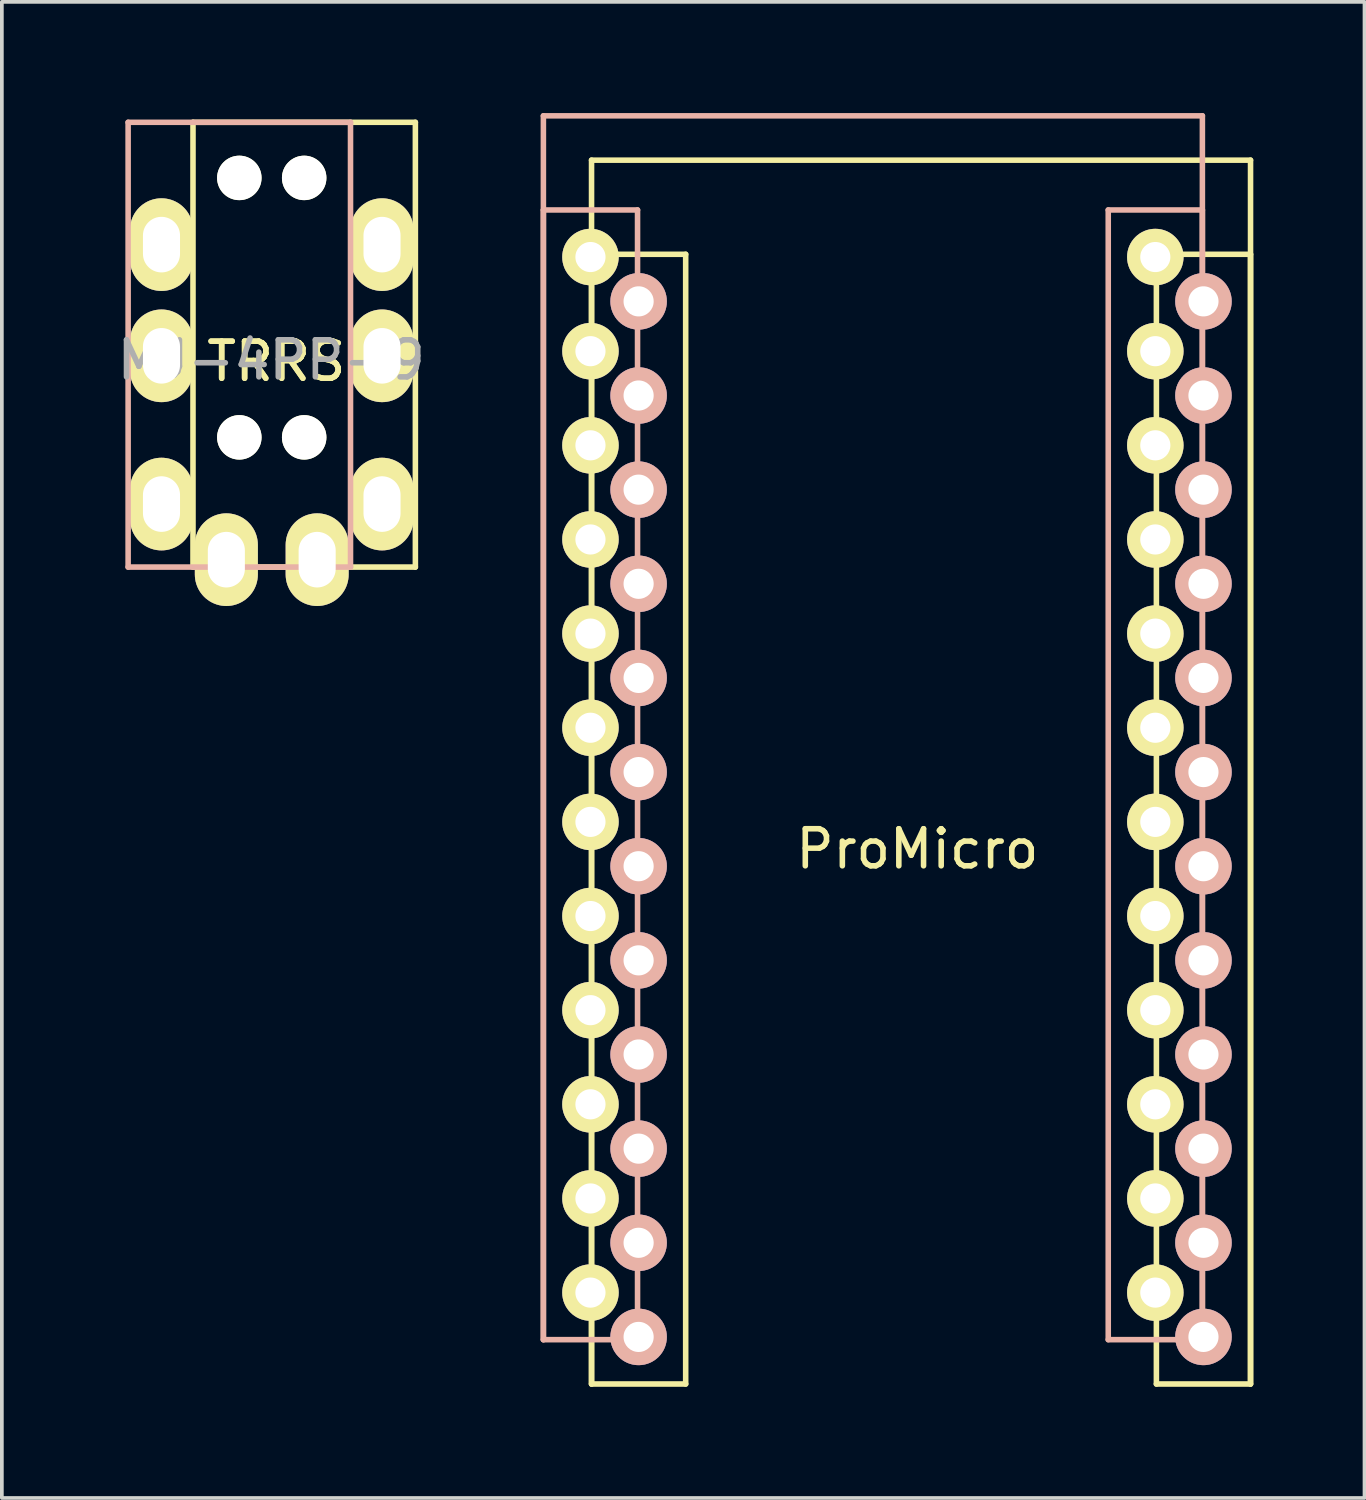
<source format=kicad_pcb>
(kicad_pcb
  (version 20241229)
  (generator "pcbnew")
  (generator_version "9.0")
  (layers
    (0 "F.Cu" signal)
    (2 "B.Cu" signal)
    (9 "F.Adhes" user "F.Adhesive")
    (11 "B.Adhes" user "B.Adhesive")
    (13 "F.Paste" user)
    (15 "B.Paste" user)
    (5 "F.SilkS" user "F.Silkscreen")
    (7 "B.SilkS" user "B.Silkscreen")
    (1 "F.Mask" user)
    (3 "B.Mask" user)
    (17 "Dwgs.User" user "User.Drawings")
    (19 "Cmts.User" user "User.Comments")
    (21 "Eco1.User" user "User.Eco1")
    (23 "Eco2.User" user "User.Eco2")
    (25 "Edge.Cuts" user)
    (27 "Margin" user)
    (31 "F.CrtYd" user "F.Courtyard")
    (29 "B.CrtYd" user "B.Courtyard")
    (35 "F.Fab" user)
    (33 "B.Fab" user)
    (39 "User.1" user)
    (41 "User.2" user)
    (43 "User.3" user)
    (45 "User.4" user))
  (footprint "MJ-4PP-9"
    (layer "F.Cu")
    (at 5.157 0.25)
    (property "Reference" "MJ-4PP-9" (at -0.889 6.413 0) (layer "F.Fab") (effects (font (size 1 1) (thickness 0.15))))
    (attr through_hole)
    (fp_line (start -3 0) (end 3 0) (stroke (width 0.15) (type solid)) (layer "F.SilkS"))
    (fp_line (start -3 12) (end -3 0) (stroke (width 0.15) (type solid)) (layer "F.SilkS"))
    (fp_line (start 3 0) (end 3 12) (stroke (width 0.15) (type solid)) (layer "F.SilkS"))
    (fp_line (start 3 12) (end -3 12) (stroke (width 0.15) (type solid)) (layer "F.SilkS"))
    (fp_line (start -4.75 0) (end 1.25 0) (stroke (width 0.15) (type solid)) (layer "B.SilkS"))
    (fp_line (start -4.75 12) (end -4.75 0) (stroke (width 0.15) (type solid)) (layer "B.SilkS"))
    (fp_line (start 1.25 0) (end 1.25 12) (stroke (width 0.15) (type solid)) (layer "B.SilkS"))
    (fp_line (start 1.25 12) (end -4.75 12) (stroke (width 0.15) (type solid)) (layer "B.SilkS"))
    (fp_text user "TRRS" (at -0.75 6.45 0) (layer "F.SilkS") (effects (font (size 1 1) (thickness 0.15))))
    (fp_text user "TRRS" (at -0.75 6.45 0) (layer "F.SilkS") (effects (font (size 1 1) (thickness 0.15))))
    (pad "" np_thru_hole circle (at -1.75 1.5) (size 1.2 1.2) (drill 1.2) (layers "*.Cu" "*.Mask" "F.SilkS"))
    (pad "" np_thru_hole circle (at -1.75 8.5) (size 1.2 1.2) (drill 1.2) (layers "*.Cu" "*.Mask" "F.SilkS"))
    (pad "" np_thru_hole circle (at 0 1.5) (size 1.2 1.2) (drill 1.2) (layers "*.Cu" "*.Mask" "F.SilkS"))
    (pad "" np_thru_hole circle (at 0 8.5) (size 1.2 1.2) (drill 1.2) (layers "*.Cu" "*.Mask" "F.SilkS"))
    (pad "1" thru_hole oval (at -3.85 10.3) (size 1.7 2.5) (drill oval 1 1.5) (layers "*.Cu" "*.Mask" "F.SilkS"))
    (pad "1" thru_hole oval (at 2.1 10.3) (size 1.7 2.5) (drill oval 1 1.5) (layers "*.Cu" "*.Mask" "F.SilkS"))
    (pad "2" thru_hole oval (at -3.85 6.3) (size 1.7 2.5) (drill oval 1 1.5) (layers "*.Cu" "*.Mask" "F.SilkS"))
    (pad "2" thru_hole oval (at 2.1 6.3) (size 1.7 2.5) (drill oval 1 1.5) (layers "*.Cu" "*.Mask" "F.SilkS"))
    (pad "3" thru_hole oval (at -3.85 3.3) (size 1.7 2.5) (drill oval 1 1.5) (layers "*.Cu" "*.Mask" "F.SilkS"))
    (pad "3" thru_hole oval (at 2.1 3.3) (size 1.7 2.5) (drill oval 1 1.5) (layers "*.Cu" "*.Mask" "F.SilkS"))
    (pad "4" thru_hole oval (at -2.1 11.8) (size 1.7 2.5) (drill oval 1 1.5) (layers "*.Cu" "*.Mask" "F.SilkS"))
    (pad "4" thru_hole oval (at 0.35 11.8) (size 1.7 2.5) (drill oval 1 1.5) (layers "*.Cu" "*.Mask" "F.SilkS")))
  (footprint "ProMicro"
    (layer "F.Cu")
    (at 21.701 18.655)
    (property "Reference" "ProMicro" (at 0 1.2 0) (layer "F.SilkS") (effects (font (size 1 1) (thickness 0.15))))
    (attr through_hole)
    (fp_line (start -8.791 -17.384) (end -8.791 15.636) (stroke (width 0.15) (type solid)) (layer "F.SilkS"))
    (fp_line (start -8.791 -14.844) (end -8.791 15.636) (stroke (width 0.15) (type solid)) (layer "F.SilkS"))
    (fp_line (start -8.791 15.636) (end -6.251 15.636) (stroke (width 0.15) (type solid)) (layer "F.SilkS"))
    (fp_line (start -6.251 -14.844) (end -8.791 -14.844) (stroke (width 0.15) (type solid)) (layer "F.SilkS"))
    (fp_line (start -6.251 15.636) (end -6.251 -14.844) (stroke (width 0.15) (type solid)) (layer "F.SilkS"))
    (fp_line (start 6.449 -14.844) (end 6.449 15.636) (stroke (width 0.15) (type solid)) (layer "F.SilkS"))
    (fp_line (start 6.449 15.636) (end 8.989 15.636) (stroke (width 0.15) (type solid)) (layer "F.SilkS"))
    (fp_line (start 8.989 -17.384) (end -8.791 -17.384) (stroke (width 0.15) (type solid)) (layer "F.SilkS"))
    (fp_line (start 8.989 -14.844) (end 6.449 -14.844) (stroke (width 0.15) (type solid)) (layer "F.SilkS"))
    (fp_line (start 8.989 15.636) (end 8.989 -17.384) (stroke (width 0.15) (type solid)) (layer "F.SilkS"))
    (fp_line (start 8.989 15.636) (end 8.989 -14.844) (stroke (width 0.15) (type solid)) (layer "F.SilkS"))
    (fp_line (start -10.09 -18.58) (end 7.69 -18.58) (stroke (width 0.15) (type solid)) (layer "B.SilkS"))
    (fp_line (start -10.09 -16.04) (end -7.55 -16.04) (stroke (width 0.15) (type solid)) (layer "B.SilkS"))
    (fp_line (start -10.09 14.44) (end -10.09 -18.58) (stroke (width 0.15) (type solid)) (layer "B.SilkS"))
    (fp_line (start -10.09 14.44) (end -10.09 -16.04) (stroke (width 0.15) (type solid)) (layer "B.SilkS"))
    (fp_line (start -7.55 -16.04) (end -7.55 14.44) (stroke (width 0.15) (type solid)) (layer "B.SilkS"))
    (fp_line (start -7.55 14.44) (end -10.09 14.44) (stroke (width 0.15) (type solid)) (layer "B.SilkS"))
    (fp_line (start 5.15 -16.04) (end 7.69 -16.04) (stroke (width 0.15) (type solid)) (layer "B.SilkS"))
    (fp_line (start 5.15 14.44) (end 5.15 -16.04) (stroke (width 0.15) (type solid)) (layer "B.SilkS"))
    (fp_line (start 7.69 -18.58) (end 7.69 14.44) (stroke (width 0.15) (type solid)) (layer "B.SilkS"))
    (fp_line (start 7.69 -16.04) (end 7.69 14.44) (stroke (width 0.15) (type solid)) (layer "B.SilkS"))
    (fp_line (start 7.69 14.44) (end 5.15 14.44) (stroke (width 0.15) (type solid)) (layer "B.SilkS"))
    (pad "1" thru_hole circle (at -8.82 -14.77) (size 1.524 1.524) (drill 0.813) (layers "*.Cu" "*.Mask" "F.SilkS"))
    (pad "1" thru_hole circle (at 7.719 -13.574 180) (size 1.524 1.524) (drill 0.813) (layers "*.Cu" "*.Mask" "B.SilkS"))
    (pad "2" thru_hole circle (at -8.82 -12.23) (size 1.524 1.524) (drill 0.813) (layers "*.Cu" "*.Mask" "F.SilkS"))
    (pad "2" thru_hole circle (at 7.719 -11.034 180) (size 1.524 1.524) (drill 0.813) (layers "*.Cu" "*.Mask" "B.SilkS"))
    (pad "3" thru_hole circle (at -8.82 -9.69) (size 1.524 1.524) (drill 0.813) (layers "*.Cu" "*.Mask" "F.SilkS"))
    (pad "3" thru_hole circle (at 7.719 -8.494 180) (size 1.524 1.524) (drill 0.813) (layers "*.Cu" "*.Mask" "B.SilkS"))
    (pad "4" thru_hole circle (at -8.82 -7.15) (size 1.524 1.524) (drill 0.813) (layers "*.Cu" "*.Mask" "F.SilkS"))
    (pad "4" thru_hole circle (at 7.719 -5.954 180) (size 1.524 1.524) (drill 0.813) (layers "*.Cu" "*.Mask" "B.SilkS"))
    (pad "5" thru_hole circle (at -8.82 -4.61) (size 1.524 1.524) (drill 0.813) (layers "*.Cu" "*.Mask" "F.SilkS"))
    (pad "5" thru_hole circle (at 7.719 -3.414 180) (size 1.524 1.524) (drill 0.813) (layers "*.Cu" "*.Mask" "B.SilkS"))
    (pad "6" thru_hole circle (at -8.82 -2.07) (size 1.524 1.524) (drill 0.813) (layers "*.Cu" "*.Mask" "F.SilkS"))
    (pad "6" thru_hole circle (at 7.719 -0.874 180) (size 1.524 1.524) (drill 0.813) (layers "*.Cu" "*.Mask" "B.SilkS"))
    (pad "7" thru_hole circle (at -8.82 0.47) (size 1.524 1.524) (drill 0.813) (layers "*.Cu" "*.Mask" "F.SilkS"))
    (pad "7" thru_hole circle (at 7.719 1.666 180) (size 1.524 1.524) (drill 0.813) (layers "*.Cu" "*.Mask" "B.SilkS"))
    (pad "8" thru_hole circle (at -8.82 3.01) (size 1.524 1.524) (drill 0.813) (layers "*.Cu" "*.Mask" "F.SilkS"))
    (pad "8" thru_hole circle (at 7.719 4.206 180) (size 1.524 1.524) (drill 0.813) (layers "*.Cu" "*.Mask" "B.SilkS"))
    (pad "9" thru_hole circle (at -8.82 5.55) (size 1.524 1.524) (drill 0.813) (layers "*.Cu" "*.Mask" "F.SilkS"))
    (pad "9" thru_hole circle (at 7.719 6.746 180) (size 1.524 1.524) (drill 0.813) (layers "*.Cu" "*.Mask" "B.SilkS"))
    (pad "10" thru_hole circle (at -8.82 8.09) (size 1.524 1.524) (drill 0.813) (layers "*.Cu" "*.Mask" "F.SilkS"))
    (pad "10" thru_hole circle (at 7.719 9.286 180) (size 1.524 1.524) (drill 0.813) (layers "*.Cu" "*.Mask" "B.SilkS"))
    (pad "11" thru_hole circle (at -8.82 10.63) (size 1.524 1.524) (drill 0.813) (layers "*.Cu" "*.Mask" "F.SilkS"))
    (pad "11" thru_hole circle (at 7.719 11.826 180) (size 1.524 1.524) (drill 0.813) (layers "*.Cu" "*.Mask" "B.SilkS"))
    (pad "12" thru_hole circle (at -8.82 13.17) (size 1.524 1.524) (drill 0.813) (layers "*.Cu" "*.Mask" "F.SilkS"))
    (pad "12" thru_hole circle (at 7.719 14.366 180) (size 1.524 1.524) (drill 0.813) (layers "*.Cu" "*.Mask" "B.SilkS"))
    (pad "13" thru_hole circle (at -7.521 14.366 180) (size 1.524 1.524) (drill 0.813) (layers "*.Cu" "*.Mask" "B.SilkS"))
    (pad "13" thru_hole circle (at 6.42 13.17) (size 1.524 1.524) (drill 0.813) (layers "*.Cu" "*.Mask" "F.SilkS"))
    (pad "14" thru_hole circle (at -7.521 11.826 180) (size 1.524 1.524) (drill 0.813) (layers "*.Cu" "*.Mask" "B.SilkS"))
    (pad "14" thru_hole circle (at 6.42 10.63) (size 1.524 1.524) (drill 0.813) (layers "*.Cu" "*.Mask" "F.SilkS"))
    (pad "15" thru_hole circle (at -7.521 9.286 180) (size 1.524 1.524) (drill 0.813) (layers "*.Cu" "*.Mask" "B.SilkS"))
    (pad "15" thru_hole circle (at 6.42 8.09) (size 1.524 1.524) (drill 0.813) (layers "*.Cu" "*.Mask" "F.SilkS"))
    (pad "16" thru_hole circle (at -7.521 6.746 180) (size 1.524 1.524) (drill 0.813) (layers "*.Cu" "*.Mask" "B.SilkS"))
    (pad "16" thru_hole circle (at 6.42 5.55) (size 1.524 1.524) (drill 0.813) (layers "*.Cu" "*.Mask" "F.SilkS"))
    (pad "17" thru_hole circle (at -7.521 4.206 180) (size 1.524 1.524) (drill 0.813) (layers "*.Cu" "*.Mask" "B.SilkS"))
    (pad "17" thru_hole circle (at 6.42 3.01) (size 1.524 1.524) (drill 0.813) (layers "*.Cu" "*.Mask" "F.SilkS"))
    (pad "18" thru_hole circle (at -7.521 1.666 180) (size 1.524 1.524) (drill 0.813) (layers "*.Cu" "*.Mask" "B.SilkS"))
    (pad "18" thru_hole circle (at 6.42 0.47) (size 1.524 1.524) (drill 0.813) (layers "*.Cu" "*.Mask" "F.SilkS"))
    (pad "19" thru_hole circle (at -7.521 -0.874 180) (size 1.524 1.524) (drill 0.813) (layers "*.Cu" "*.Mask" "B.SilkS"))
    (pad "19" thru_hole circle (at 6.42 -2.07) (size 1.524 1.524) (drill 0.813) (layers "*.Cu" "*.Mask" "F.SilkS"))
    (pad "20" thru_hole circle (at -7.521 -3.414 180) (size 1.524 1.524) (drill 0.813) (layers "*.Cu" "*.Mask" "B.SilkS"))
    (pad "20" thru_hole circle (at 6.42 -4.61) (size 1.524 1.524) (drill 0.813) (layers "*.Cu" "*.Mask" "F.SilkS"))
    (pad "21" thru_hole circle (at -7.521 -5.954 180) (size 1.524 1.524) (drill 0.813) (layers "*.Cu" "*.Mask" "B.SilkS"))
    (pad "21" thru_hole circle (at 6.42 -7.15) (size 1.524 1.524) (drill 0.813) (layers "*.Cu" "*.Mask" "F.SilkS"))
    (pad "22" thru_hole circle (at -7.521 -8.494 180) (size 1.524 1.524) (drill 0.813) (layers "*.Cu" "*.Mask" "B.SilkS"))
    (pad "22" thru_hole circle (at 6.42 -9.69) (size 1.524 1.524) (drill 0.813) (layers "*.Cu" "*.Mask" "F.SilkS"))
    (pad "23" thru_hole circle (at -7.521 -11.034 180) (size 1.524 1.524) (drill 0.813) (layers "*.Cu" "*.Mask" "B.SilkS"))
    (pad "23" thru_hole circle (at 6.42 -12.23) (size 1.524 1.524) (drill 0.813) (layers "*.Cu" "*.Mask" "F.SilkS"))
    (pad "24" thru_hole circle (at -7.521 -13.574 180) (size 1.524 1.524) (drill 0.813) (layers "*.Cu" "*.Mask" "B.SilkS"))
    (pad "24" thru_hole circle (at 6.42 -14.77) (size 1.524 1.524) (drill 0.813) (layers "*.Cu" "*.Mask" "F.SilkS")))
  (gr_rect
    (start -3 -3)
    (end 33.765 37.366)
    (stroke (width 0.1) (type default))
    (fill no)
    (layer "Edge.Cuts")))
</source>
